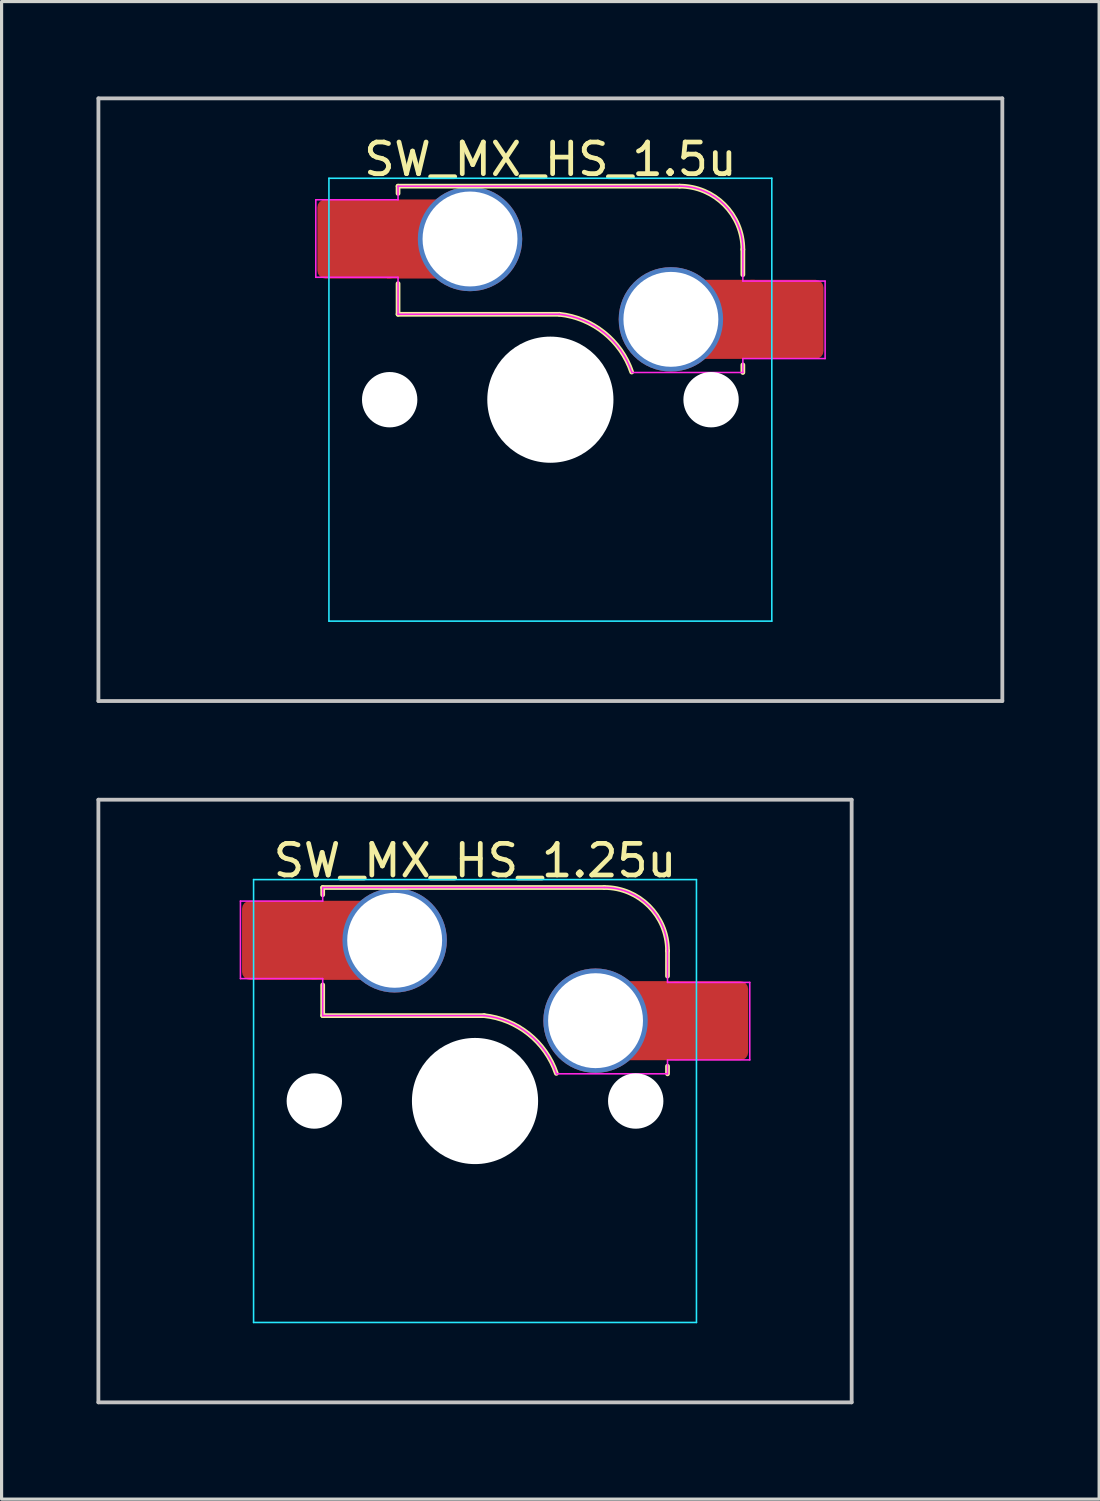
<source format=kicad_pcb>
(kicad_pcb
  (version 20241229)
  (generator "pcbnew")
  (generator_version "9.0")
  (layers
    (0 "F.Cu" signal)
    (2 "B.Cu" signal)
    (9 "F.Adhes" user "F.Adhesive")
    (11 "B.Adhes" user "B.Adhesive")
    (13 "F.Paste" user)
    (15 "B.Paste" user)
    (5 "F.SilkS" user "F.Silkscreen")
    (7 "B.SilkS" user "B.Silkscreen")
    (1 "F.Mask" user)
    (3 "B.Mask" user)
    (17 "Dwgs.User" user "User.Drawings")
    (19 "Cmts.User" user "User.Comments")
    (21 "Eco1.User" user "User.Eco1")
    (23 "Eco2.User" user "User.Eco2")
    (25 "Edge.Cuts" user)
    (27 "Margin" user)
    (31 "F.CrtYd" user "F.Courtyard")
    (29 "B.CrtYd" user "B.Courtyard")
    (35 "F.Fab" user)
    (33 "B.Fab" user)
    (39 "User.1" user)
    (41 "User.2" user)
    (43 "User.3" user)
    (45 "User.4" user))
  (footprint "SW_MX_HS_1.5u"
    (layer "F.Cu")
    (at 14.348 9.585)
    (property "Reference" "SW_MX_HS_1.5u" (at 0 -7.6 0) (layer "F.SilkS") (effects (font (size 1 1) (thickness 0.15))))
    (attr smd)
    (fp_line (start -4.815 -6.75) (end -4.815 -6.52) (stroke (width 0.15) (type solid)) (layer "F.SilkS"))
    (fp_line (start -4.815 -3.67) (end -4.815 -2.7) (stroke (width 0.15) (type solid)) (layer "F.SilkS"))
    (fp_line (start -4.815 -2.7) (end 0.285 -2.7) (stroke (width 0.15) (type solid)) (layer "F.SilkS"))
    (fp_line (start 4.085 -6.75) (end -4.815 -6.75) (stroke (width 0.15) (type solid)) (layer "F.SilkS"))
    (fp_line (start 6.085 -3.95) (end 6.085 -4.75) (stroke (width 0.15) (type solid)) (layer "F.SilkS"))
    (fp_line (start 6.085 -1.1) (end 6.085 -0.86) (stroke (width 0.15) (type solid)) (layer "F.SilkS"))
    (fp_arc (start 0.285176 -2.70022) (mid 1.695046 -2.121163) (end 2.570816 -0.873738) (stroke (width 0.15) (type solid)) (layer "F.SilkS"))
    (fp_arc (start 4.085176 -6.75022) (mid 5.49939 -6.164434) (end 6.085176 -4.75022) (stroke (width 0.15) (type solid)) (layer "F.SilkS"))
    (fp_line (start -14.287 -9.525) (end 14.287 -9.525) (stroke (width 0.12) (type solid)) (layer "Dwgs.User"))
    (fp_line (start -14.287 9.525) (end -14.287 -9.525) (stroke (width 0.12) (type solid)) (layer "Dwgs.User"))
    (fp_line (start 14.287 -9.525) (end 14.287 9.525) (stroke (width 0.12) (type solid)) (layer "Dwgs.User"))
    (fp_line (start 14.287 9.525) (end -14.287 9.525) (stroke (width 0.12) (type solid)) (layer "Dwgs.User"))
    (fp_line (start -7 -6.5) (end -7 6.5) (stroke (width 0.05) (type solid)) (layer "Eco2.User"))
    (fp_line (start -6.5 7) (end 6.5 7) (stroke (width 0.05) (type solid)) (layer "Eco2.User"))
    (fp_line (start 6.5 -7) (end -6.5 -7) (stroke (width 0.05) (type solid)) (layer "Eco2.User"))
    (fp_line (start 7 6.5) (end 7 -6.5) (stroke (width 0.05) (type solid)) (layer "Eco2.User"))
    (fp_arc (start -7 -6.5) (mid -6.853553 -6.853553) (end -6.5 -7) (stroke (width 0.05) (type solid)) (layer "Eco2.User"))
    (fp_arc (start -6.497236 6.998884) (mid -6.850789 6.852437) (end -6.997236 6.498884) (stroke (width 0.05) (type solid)) (layer "Eco2.User"))
    (fp_arc (start 6.5 -7) (mid 6.853553 -6.853553) (end 7 -6.5) (stroke (width 0.05) (type solid)) (layer "Eco2.User"))
    (fp_arc (start 7 6.5) (mid 6.853553 6.853553) (end 6.5 7) (stroke (width 0.05) (type solid)) (layer "Eco2.User"))
    (fp_line (start -7 -7) (end 7 -7) (stroke (width 0.05) (type solid)) (layer "B.CrtYd"))
    (fp_line (start -7 7) (end -7 -7) (stroke (width 0.05) (type solid)) (layer "B.CrtYd"))
    (fp_line (start 7 -7) (end 7 7) (stroke (width 0.05) (type solid)) (layer "B.CrtYd"))
    (fp_line (start 7 7) (end -7 7) (stroke (width 0.05) (type solid)) (layer "B.CrtYd"))
    (fp_line (start -7.415 -6.32) (end -4.815 -6.32) (stroke (width 0.05) (type solid)) (layer "F.CrtYd"))
    (fp_line (start -7.415 -3.87) (end -7.415 -6.32) (stroke (width 0.05) (type solid)) (layer "F.CrtYd"))
    (fp_line (start -4.815 -6.75) (end -4.815 -6.32) (stroke (width 0.05) (type solid)) (layer "F.CrtYd"))
    (fp_line (start -4.815 -3.87) (end -7.415 -3.87) (stroke (width 0.05) (type solid)) (layer "F.CrtYd"))
    (fp_line (start -4.815 -3.87) (end -4.815 -2.7) (stroke (width 0.05) (type solid)) (layer "F.CrtYd"))
    (fp_line (start -4.815 -2.7) (end 0.285 -2.7) (stroke (width 0.05) (type solid)) (layer "F.CrtYd"))
    (fp_line (start 4.085 -6.75) (end -4.815 -6.75) (stroke (width 0.05) (type solid)) (layer "F.CrtYd"))
    (fp_line (start 6.085 -3.75) (end 6.085 -4.75) (stroke (width 0.05) (type solid)) (layer "F.CrtYd"))
    (fp_line (start 6.085 -3.75) (end 8.685 -3.75) (stroke (width 0.05) (type solid)) (layer "F.CrtYd"))
    (fp_line (start 6.085 -1.3) (end 6.085 -0.86) (stroke (width 0.05) (type solid)) (layer "F.CrtYd"))
    (fp_line (start 6.085 -0.86) (end 2.575 -0.86) (stroke (width 0.05) (type solid)) (layer "F.CrtYd"))
    (fp_line (start 8.685 -3.75) (end 8.685 -1.3) (stroke (width 0.05) (type solid)) (layer "F.CrtYd"))
    (fp_line (start 8.685 -1.3) (end 6.085 -1.3) (stroke (width 0.05) (type solid)) (layer "F.CrtYd"))
    (fp_arc (start 0.285176 -2.70022) (mid 1.700627 -2.116659) (end 2.575176 -0.859993) (stroke (width 0.05) (type solid)) (layer "F.CrtYd"))
    (fp_arc (start 4.085176 -6.75022) (mid 5.49939 -6.164434) (end 6.085176 -4.75022) (stroke (width 0.05) (type solid)) (layer "F.CrtYd"))
    (pad "" np_thru_hole circle (at -5.08 0) (size 1.75 1.75) (drill 1.75) (layers "*.Cu" "*.Mask"))
    (pad "" np_thru_hole circle (at 0 0) (size 3.988 3.988) (drill 3.988) (layers "*.Cu" "*.Mask"))
    (pad "" np_thru_hole circle (at 5.08 0) (size 1.75 1.75) (drill 1.75) (layers "*.Cu" "*.Mask"))
    (pad "1" thru_hole circle (at 3.81 -2.54) (size 3.3 3.3) (drill 3) (layers "*.Cu" "*.Mask"))
    (pad "1" smd rect (at 5.635 -2.54 180) (size 1.65 2.5) (layers "F.Cu"))
    (pad "1" smd roundrect (at 7.36 -2.54) (size 2.55 2.5) (layers "F.Cu" "F.Mask" "F.Paste") (roundrect_rratio 0.1))
    (pad "2" smd roundrect (at -6.09 -5.08) (size 2.55 2.5) (layers "F.Cu" "F.Mask" "F.Paste") (roundrect_rratio 0.1))
    (pad "2" smd rect (at -4.34 -5.08) (size 1.65 2.5) (layers "F.Cu"))
    (pad "2" thru_hole circle (at -2.54 -5.08) (size 3.3 3.3) (drill 3) (layers "*.Cu" "*.Mask")))
  (footprint "SW_MX_HS_1.25u"
    (layer "F.Cu")
    (at 11.966 31.755)
    (property "Reference" "SW_MX_HS_1.25u" (at 0 -7.6 0) (layer "F.SilkS") (effects (font (size 1 1) (thickness 0.15))))
    (attr smd)
    (fp_line (start -4.815 -6.75) (end -4.815 -6.52) (stroke (width 0.15) (type solid)) (layer "F.SilkS"))
    (fp_line (start -4.815 -3.67) (end -4.815 -2.7) (stroke (width 0.15) (type solid)) (layer "F.SilkS"))
    (fp_line (start -4.815 -2.7) (end 0.285 -2.7) (stroke (width 0.15) (type solid)) (layer "F.SilkS"))
    (fp_line (start 4.085 -6.75) (end -4.815 -6.75) (stroke (width 0.15) (type solid)) (layer "F.SilkS"))
    (fp_line (start 6.085 -3.95) (end 6.085 -4.75) (stroke (width 0.15) (type solid)) (layer "F.SilkS"))
    (fp_line (start 6.085 -1.1) (end 6.085 -0.86) (stroke (width 0.15) (type solid)) (layer "F.SilkS"))
    (fp_arc (start 0.285176 -2.70022) (mid 1.695046 -2.121163) (end 2.570816 -0.873738) (stroke (width 0.15) (type solid)) (layer "F.SilkS"))
    (fp_arc (start 4.085176 -6.75022) (mid 5.49939 -6.164434) (end 6.085176 -4.75022) (stroke (width 0.15) (type solid)) (layer "F.SilkS"))
    (fp_line (start -11.906 -9.525) (end 11.906 -9.525) (stroke (width 0.12) (type solid)) (layer "Dwgs.User"))
    (fp_line (start -11.906 9.525) (end -11.906 -9.525) (stroke (width 0.12) (type solid)) (layer "Dwgs.User"))
    (fp_line (start 11.906 -9.525) (end 11.906 9.525) (stroke (width 0.12) (type solid)) (layer "Dwgs.User"))
    (fp_line (start 11.906 9.525) (end -11.906 9.525) (stroke (width 0.12) (type solid)) (layer "Dwgs.User"))
    (fp_line (start -7 -6.5) (end -7 6.5) (stroke (width 0.05) (type solid)) (layer "Eco2.User"))
    (fp_line (start -6.5 7) (end 6.5 7) (stroke (width 0.05) (type solid)) (layer "Eco2.User"))
    (fp_line (start 6.5 -7) (end -6.5 -7) (stroke (width 0.05) (type solid)) (layer "Eco2.User"))
    (fp_line (start 7 6.5) (end 7 -6.5) (stroke (width 0.05) (type solid)) (layer "Eco2.User"))
    (fp_arc (start -7 -6.5) (mid -6.853553 -6.853553) (end -6.5 -7) (stroke (width 0.05) (type solid)) (layer "Eco2.User"))
    (fp_arc (start -6.497236 6.998884) (mid -6.850789 6.852437) (end -6.997236 6.498884) (stroke (width 0.05) (type solid)) (layer "Eco2.User"))
    (fp_arc (start 6.5 -7) (mid 6.853553 -6.853553) (end 7 -6.5) (stroke (width 0.05) (type solid)) (layer "Eco2.User"))
    (fp_arc (start 7 6.5) (mid 6.853553 6.853553) (end 6.5 7) (stroke (width 0.05) (type solid)) (layer "Eco2.User"))
    (fp_line (start -7 -7) (end 7 -7) (stroke (width 0.05) (type solid)) (layer "B.CrtYd"))
    (fp_line (start -7 7) (end -7 -7) (stroke (width 0.05) (type solid)) (layer "B.CrtYd"))
    (fp_line (start 7 -7) (end 7 7) (stroke (width 0.05) (type solid)) (layer "B.CrtYd"))
    (fp_line (start 7 7) (end -7 7) (stroke (width 0.05) (type solid)) (layer "B.CrtYd"))
    (fp_line (start -7.415 -6.32) (end -4.815 -6.32) (stroke (width 0.05) (type solid)) (layer "F.CrtYd"))
    (fp_line (start -7.415 -3.87) (end -7.415 -6.32) (stroke (width 0.05) (type solid)) (layer "F.CrtYd"))
    (fp_line (start -4.815 -6.75) (end -4.815 -6.32) (stroke (width 0.05) (type solid)) (layer "F.CrtYd"))
    (fp_line (start -4.815 -3.87) (end -7.415 -3.87) (stroke (width 0.05) (type solid)) (layer "F.CrtYd"))
    (fp_line (start -4.815 -3.87) (end -4.815 -2.7) (stroke (width 0.05) (type solid)) (layer "F.CrtYd"))
    (fp_line (start -4.815 -2.7) (end 0.285 -2.7) (stroke (width 0.05) (type solid)) (layer "F.CrtYd"))
    (fp_line (start 4.085 -6.75) (end -4.815 -6.75) (stroke (width 0.05) (type solid)) (layer "F.CrtYd"))
    (fp_line (start 6.085 -3.75) (end 6.085 -4.75) (stroke (width 0.05) (type solid)) (layer "F.CrtYd"))
    (fp_line (start 6.085 -3.75) (end 8.685 -3.75) (stroke (width 0.05) (type solid)) (layer "F.CrtYd"))
    (fp_line (start 6.085 -1.3) (end 6.085 -0.86) (stroke (width 0.05) (type solid)) (layer "F.CrtYd"))
    (fp_line (start 6.085 -0.86) (end 2.575 -0.86) (stroke (width 0.05) (type solid)) (layer "F.CrtYd"))
    (fp_line (start 8.685 -3.75) (end 8.685 -1.3) (stroke (width 0.05) (type solid)) (layer "F.CrtYd"))
    (fp_line (start 8.685 -1.3) (end 6.085 -1.3) (stroke (width 0.05) (type solid)) (layer "F.CrtYd"))
    (fp_arc (start 0.285176 -2.70022) (mid 1.700627 -2.116659) (end 2.575176 -0.859993) (stroke (width 0.05) (type solid)) (layer "F.CrtYd"))
    (fp_arc (start 4.085176 -6.75022) (mid 5.49939 -6.164434) (end 6.085176 -4.75022) (stroke (width 0.05) (type solid)) (layer "F.CrtYd"))
    (pad "" np_thru_hole circle (at -5.08 0) (size 1.75 1.75) (drill 1.75) (layers "*.Cu" "*.Mask"))
    (pad "" np_thru_hole circle (at 0 0) (size 3.988 3.988) (drill 3.988) (layers "*.Cu" "*.Mask"))
    (pad "" np_thru_hole circle (at 5.08 0) (size 1.75 1.75) (drill 1.75) (layers "*.Cu" "*.Mask"))
    (pad "1" thru_hole circle (at 3.81 -2.54) (size 3.3 3.3) (drill 3) (layers "*.Cu" "*.Mask"))
    (pad "1" smd rect (at 5.635 -2.54 180) (size 1.65 2.5) (layers "F.Cu"))
    (pad "1" smd roundrect (at 7.36 -2.54) (size 2.55 2.5) (layers "F.Cu" "F.Mask" "F.Paste") (roundrect_rratio 0.1))
    (pad "2" smd roundrect (at -6.09 -5.08) (size 2.55 2.5) (layers "F.Cu" "F.Mask" "F.Paste") (roundrect_rratio 0.1))
    (pad "2" smd rect (at -4.34 -5.08) (size 1.65 2.5) (layers "F.Cu"))
    (pad "2" thru_hole circle (at -2.54 -5.08) (size 3.3 3.3) (drill 3) (layers "*.Cu" "*.Mask")))
  (gr_rect
    (start -3 -3)
    (end 31.695 44.34)
    (stroke (width 0.1) (type default))
    (fill no)
    (layer "Edge.Cuts")))
</source>
